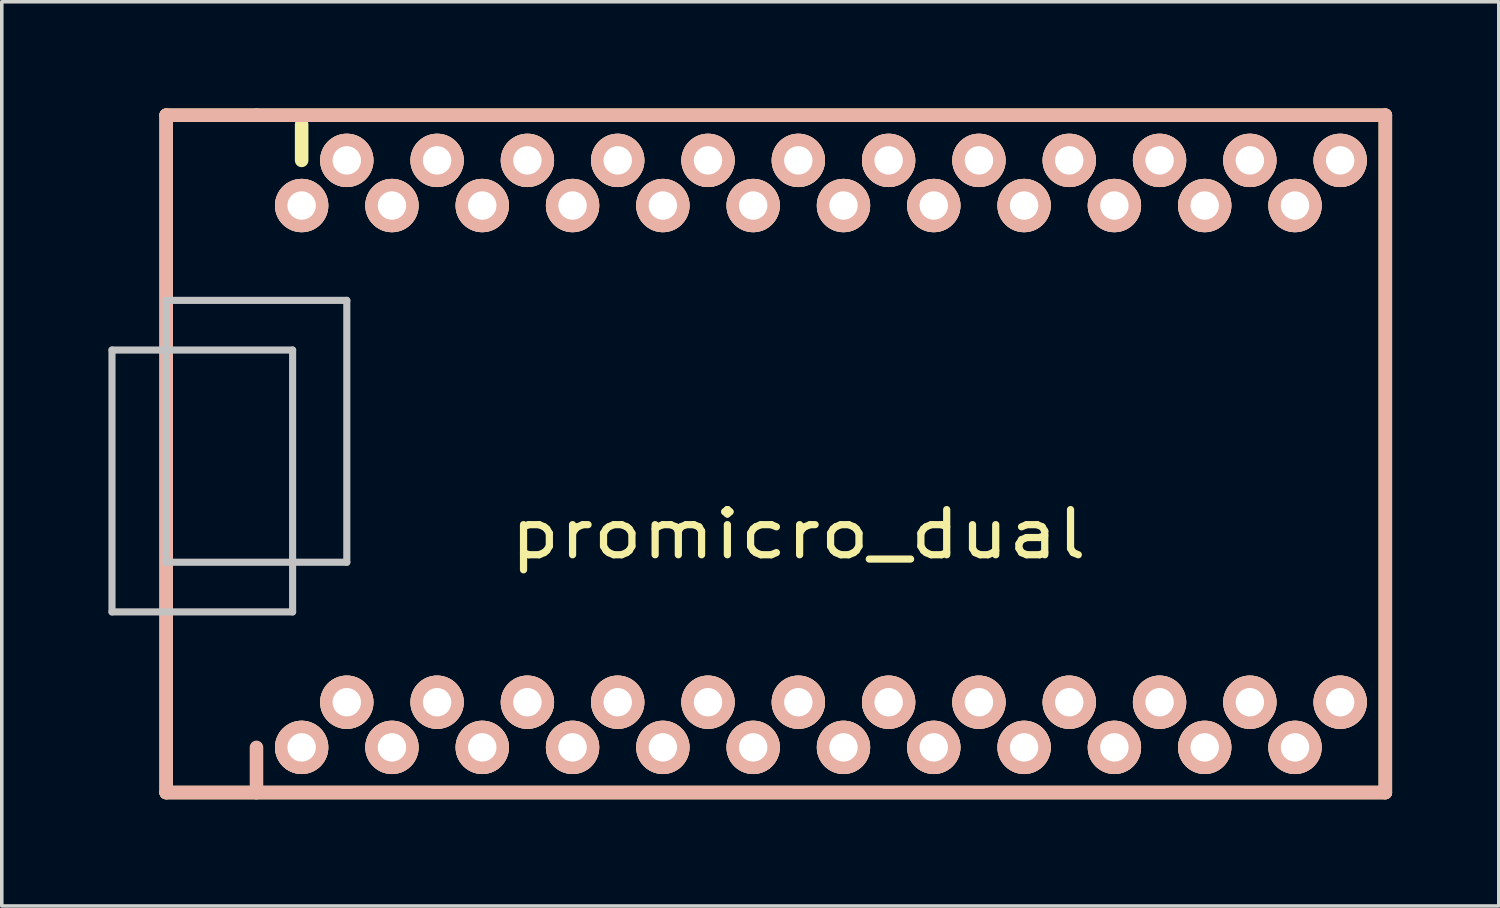
<source format=kicad_pcb>
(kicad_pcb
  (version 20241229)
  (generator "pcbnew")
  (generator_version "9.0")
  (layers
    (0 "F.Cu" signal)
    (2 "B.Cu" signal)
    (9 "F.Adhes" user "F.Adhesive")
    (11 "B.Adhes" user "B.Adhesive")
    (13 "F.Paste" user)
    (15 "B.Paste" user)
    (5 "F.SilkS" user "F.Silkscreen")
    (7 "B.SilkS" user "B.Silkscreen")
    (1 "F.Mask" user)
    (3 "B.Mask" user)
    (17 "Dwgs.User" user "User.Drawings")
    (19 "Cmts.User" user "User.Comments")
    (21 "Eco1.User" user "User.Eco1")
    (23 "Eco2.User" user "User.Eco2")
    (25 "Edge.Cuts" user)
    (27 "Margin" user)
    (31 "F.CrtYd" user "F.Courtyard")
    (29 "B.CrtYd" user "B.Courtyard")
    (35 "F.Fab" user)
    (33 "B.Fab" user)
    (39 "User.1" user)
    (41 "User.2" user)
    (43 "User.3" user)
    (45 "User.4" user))
  (footprint "promicro_dual"
    (layer "F.Cu")
    (at 19.404 10.351)
    (property "Reference" "promicro_dual" (at 0 1.625 0) (layer "F.SilkS") (effects (font (size 1.27 1.524) (thickness 0.203))))
    (attr through_hole)
    (fp_line (start -17.78 -10.16) (end -17.78 8.89) (stroke (width 0.381) (type solid)) (layer "F.SilkS"))
    (fp_line (start -17.78 8.89) (end -15.24 8.89) (stroke (width 0.381) (type solid)) (layer "F.SilkS"))
    (fp_line (start -15.24 -10.16) (end -17.78 -10.16) (stroke (width 0.381) (type solid)) (layer "F.SilkS"))
    (fp_line (start -15.24 8.89) (end 16.51 8.89) (stroke (width 0.381) (type solid)) (layer "F.SilkS"))
    (fp_line (start -13.97 -9.9) (end -13.97 -8.89) (stroke (width 0.381) (type solid)) (layer "F.SilkS"))
    (fp_line (start 16.51 -10.16) (end -15.24 -10.16) (stroke (width 0.381) (type solid)) (layer "F.SilkS"))
    (fp_line (start 16.51 8.89) (end 16.51 -10.16) (stroke (width 0.381) (type solid)) (layer "F.SilkS"))
    (fp_line (start -17.78 -10.16) (end -17.78 8.89) (stroke (width 0.381) (type solid)) (layer "B.SilkS"))
    (fp_line (start -17.78 8.89) (end 16.51 8.89) (stroke (width 0.381) (type solid)) (layer "B.SilkS"))
    (fp_line (start -15.24 7.62) (end -15.24 8.89) (stroke (width 0.381) (type solid)) (layer "B.SilkS"))
    (fp_line (start 16.51 -10.16) (end -17.78 -10.16) (stroke (width 0.381) (type solid)) (layer "B.SilkS"))
    (fp_line (start 16.51 8.89) (end 16.51 -10.16) (stroke (width 0.381) (type solid)) (layer "B.SilkS"))
    (fp_line (start -19.304 -3.556) (end -14.224 -3.556) (stroke (width 0.2) (type solid)) (layer "Dwgs.User"))
    (fp_line (start -19.304 3.81) (end -19.304 -3.556) (stroke (width 0.2) (type solid)) (layer "Dwgs.User"))
    (fp_line (start -17.78 -4.953) (end -12.7 -4.953) (stroke (width 0.2) (type solid)) (layer "Dwgs.User"))
    (fp_line (start -17.78 2.413) (end -17.78 -4.953) (stroke (width 0.2) (type solid)) (layer "Dwgs.User"))
    (fp_line (start -14.224 -3.556) (end -14.224 3.81) (stroke (width 0.2) (type solid)) (layer "Dwgs.User"))
    (fp_line (start -14.224 3.81) (end -19.304 3.81) (stroke (width 0.2) (type solid)) (layer "Dwgs.User"))
    (fp_line (start -12.7 -4.953) (end -12.7 2.413) (stroke (width 0.2) (type solid)) (layer "Dwgs.User"))
    (fp_line (start -12.7 2.413) (end -17.78 2.413) (stroke (width 0.2) (type solid)) (layer "Dwgs.User"))
    (pad "1" thru_hole circle (at -13.97 7.62) (size 1.5 1.5) (drill 0.8) (layers "*.Cu" "*.SilkS" "*.Mask"))
    (pad "1" thru_hole circle (at -12.7 -8.89) (size 1.5 1.5) (drill 0.8) (layers "*.Cu" "*.SilkS" "*.Mask"))
    (pad "2" thru_hole circle (at -11.43 7.62) (size 1.5 1.5) (drill 0.8) (layers "*.Cu" "*.SilkS" "*.Mask"))
    (pad "2" thru_hole circle (at -10.16 -8.89) (size 1.5 1.5) (drill 0.8) (layers "*.Cu" "*.SilkS" "*.Mask"))
    (pad "3" thru_hole circle (at -8.89 7.62) (size 1.5 1.5) (drill 0.8) (layers "*.Cu" "*.SilkS" "*.Mask"))
    (pad "3" thru_hole circle (at -7.62 -8.89) (size 1.5 1.5) (drill 0.8) (layers "*.Cu" "*.SilkS" "*.Mask"))
    (pad "4" thru_hole circle (at -6.35 7.62) (size 1.5 1.5) (drill 0.8) (layers "*.Cu" "*.SilkS" "*.Mask"))
    (pad "4" thru_hole circle (at -5.08 -8.89) (size 1.5 1.5) (drill 0.8) (layers "*.Cu" "*.SilkS" "*.Mask"))
    (pad "5" thru_hole circle (at -3.81 7.62) (size 1.5 1.5) (drill 0.8) (layers "*.Cu" "*.SilkS" "*.Mask"))
    (pad "5" thru_hole circle (at -2.54 -8.89) (size 1.5 1.5) (drill 0.8) (layers "*.Cu" "*.SilkS" "*.Mask"))
    (pad "6" thru_hole circle (at -1.27 7.62) (size 1.5 1.5) (drill 0.8) (layers "*.Cu" "*.SilkS" "*.Mask"))
    (pad "6" thru_hole circle (at 0 -8.89) (size 1.5 1.5) (drill 0.8) (layers "*.Cu" "*.SilkS" "*.Mask"))
    (pad "7" thru_hole circle (at 1.27 7.62) (size 1.5 1.5) (drill 0.8) (layers "*.Cu" "*.SilkS" "*.Mask"))
    (pad "7" thru_hole circle (at 2.54 -8.89) (size 1.5 1.5) (drill 0.8) (layers "*.Cu" "*.SilkS" "*.Mask"))
    (pad "8" thru_hole circle (at 3.81 7.62) (size 1.5 1.5) (drill 0.8) (layers "*.Cu" "*.SilkS" "*.Mask"))
    (pad "8" thru_hole circle (at 5.08 -8.89) (size 1.5 1.5) (drill 0.8) (layers "*.Cu" "*.SilkS" "*.Mask"))
    (pad "9" thru_hole circle (at 6.35 7.62) (size 1.5 1.5) (drill 0.8) (layers "*.Cu" "*.SilkS" "*.Mask"))
    (pad "9" thru_hole circle (at 7.62 -8.89) (size 1.5 1.5) (drill 0.8) (layers "*.Cu" "*.SilkS" "*.Mask"))
    (pad "10" thru_hole circle (at 8.89 7.62) (size 1.5 1.5) (drill 0.8) (layers "*.Cu" "*.SilkS" "*.Mask"))
    (pad "10" thru_hole circle (at 10.16 -8.89) (size 1.5 1.5) (drill 0.8) (layers "*.Cu" "*.SilkS" "*.Mask"))
    (pad "11" thru_hole circle (at 11.43 7.62) (size 1.5 1.5) (drill 0.8) (layers "*.Cu" "*.SilkS" "*.Mask"))
    (pad "11" thru_hole circle (at 12.7 -8.89) (size 1.5 1.5) (drill 0.8) (layers "*.Cu" "*.SilkS" "*.Mask"))
    (pad "12" thru_hole circle (at 13.97 7.62) (size 1.5 1.5) (drill 0.8) (layers "*.Cu" "*.SilkS" "*.Mask"))
    (pad "12" thru_hole circle (at 15.24 -8.89) (size 1.5 1.5) (drill 0.8) (layers "*.Cu" "*.SilkS" "*.Mask"))
    (pad "13" thru_hole circle (at 13.97 -7.62) (size 1.5 1.5) (drill 0.8) (layers "*.Cu" "*.SilkS" "*.Mask"))
    (pad "13" thru_hole circle (at 15.24 6.35) (size 1.5 1.5) (drill 0.8) (layers "*.Cu" "*.SilkS" "*.Mask"))
    (pad "14" thru_hole circle (at 11.43 -7.62) (size 1.5 1.5) (drill 0.8) (layers "*.Cu" "*.SilkS" "*.Mask"))
    (pad "14" thru_hole circle (at 12.7 6.35) (size 1.5 1.5) (drill 0.8) (layers "*.Cu" "*.SilkS" "*.Mask"))
    (pad "15" thru_hole circle (at 8.89 -7.62) (size 1.5 1.5) (drill 0.8) (layers "*.Cu" "*.SilkS" "*.Mask"))
    (pad "15" thru_hole circle (at 10.16 6.35) (size 1.5 1.5) (drill 0.8) (layers "*.Cu" "*.SilkS" "*.Mask"))
    (pad "16" thru_hole circle (at 6.35 -7.62) (size 1.5 1.5) (drill 0.8) (layers "*.Cu" "*.SilkS" "*.Mask"))
    (pad "16" thru_hole circle (at 7.62 6.35) (size 1.5 1.5) (drill 0.8) (layers "*.Cu" "*.SilkS" "*.Mask"))
    (pad "17" thru_hole circle (at 3.81 -7.62) (size 1.5 1.5) (drill 0.8) (layers "*.Cu" "*.SilkS" "*.Mask"))
    (pad "17" thru_hole circle (at 5.08 6.35) (size 1.5 1.5) (drill 0.8) (layers "*.Cu" "*.SilkS" "*.Mask"))
    (pad "18" thru_hole circle (at 1.27 -7.62) (size 1.5 1.5) (drill 0.8) (layers "*.Cu" "*.SilkS" "*.Mask"))
    (pad "18" thru_hole circle (at 2.54 6.35) (size 1.5 1.5) (drill 0.8) (layers "*.Cu" "*.SilkS" "*.Mask"))
    (pad "19" thru_hole circle (at -1.27 -7.62) (size 1.5 1.5) (drill 0.8) (layers "*.Cu" "*.SilkS" "*.Mask"))
    (pad "19" thru_hole circle (at 0 6.35) (size 1.5 1.5) (drill 0.8) (layers "*.Cu" "*.SilkS" "*.Mask"))
    (pad "20" thru_hole circle (at -3.81 -7.62) (size 1.5 1.5) (drill 0.8) (layers "*.Cu" "*.SilkS" "*.Mask"))
    (pad "20" thru_hole circle (at -2.54 6.35) (size 1.5 1.5) (drill 0.8) (layers "*.Cu" "*.SilkS" "*.Mask"))
    (pad "21" thru_hole circle (at -6.35 -7.62) (size 1.5 1.5) (drill 0.8) (layers "*.Cu" "*.SilkS" "*.Mask"))
    (pad "21" thru_hole circle (at -5.08 6.35) (size 1.5 1.5) (drill 0.8) (layers "*.Cu" "*.SilkS" "*.Mask"))
    (pad "22" thru_hole circle (at -8.89 -7.62) (size 1.5 1.5) (drill 0.8) (layers "*.Cu" "*.SilkS" "*.Mask"))
    (pad "22" thru_hole circle (at -7.62 6.35) (size 1.5 1.5) (drill 0.8) (layers "*.Cu" "*.SilkS" "*.Mask"))
    (pad "23" thru_hole circle (at -11.43 -7.62) (size 1.5 1.5) (drill 0.8) (layers "*.Cu" "*.SilkS" "*.Mask"))
    (pad "23" thru_hole circle (at -10.16 6.35) (size 1.5 1.5) (drill 0.8) (layers "*.Cu" "*.SilkS" "*.Mask"))
    (pad "24" thru_hole circle (at -13.97 -7.62) (size 1.5 1.5) (drill 0.8) (layers "*.Cu" "*.SilkS" "*.Mask"))
    (pad "24" thru_hole circle (at -12.7 6.35) (size 1.5 1.5) (drill 0.8) (layers "*.Cu" "*.SilkS" "*.Mask")))
  (gr_rect
    (start -3 -3)
    (end 39.105 22.431)
    (stroke (width 0.1) (type default))
    (fill no)
    (layer "Edge.Cuts")))
</source>
